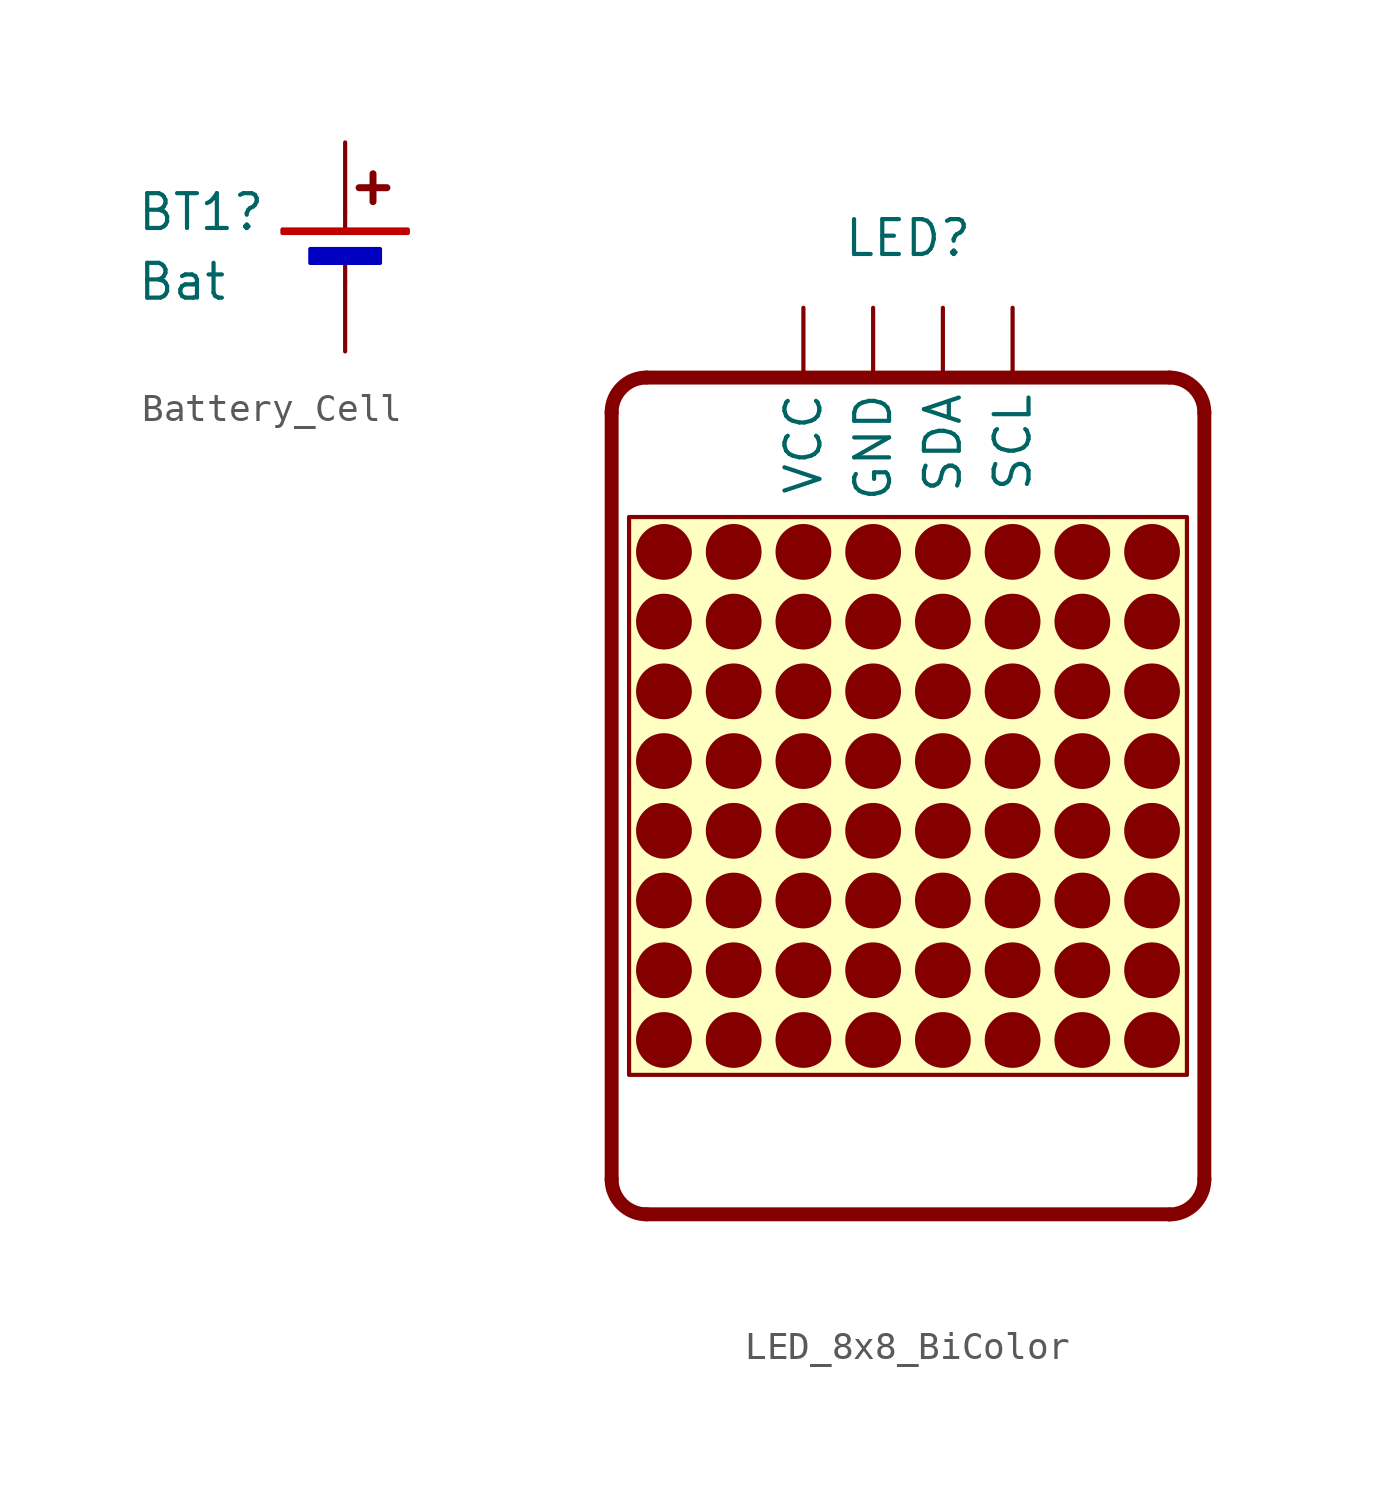
<source format=kicad_sym>
(kicad_symbol_lib
  (version 20220914)
  (generator kicad_symbol_editor)
  (symbol "Battery_Cell"
    (pin_numbers hide)
    (pin_names
      (offset 0) hide)
    (property "Reference" "BT1"
      (at -7.62 2.54 0)
      (effects (font (size 1.27 1.27)) (justify left)))
    (property "Value" "Bat"
      (at -7.62 0 0)
      (effects (font (size 1.27 1.27)) (justify left)))
    (symbol "Battery_Cell_0_1"
      (polyline (pts (xy 0 0.762) (xy 0 0)) (stroke (width 0) (type default)) (fill (type none)))
      (polyline (pts (xy 0 1.778) (xy 0 2.54)) (stroke (width 0) (type default)) (fill (type none)))
      (polyline (pts (xy 0.508 3.429) (xy 1.524 3.429)) (stroke (width 0.254) (type default)) (fill (type none)))
      (polyline (pts (xy 1.016 3.937) (xy 1.016 2.921)) (stroke (width 0.254) (type default)) (fill (type none))))
    (symbol "Battery_Cell_1_1"
      (rectangle (start -2.286 1.905) (end 2.286 1.778) (stroke (width 0) (type default) (color 192 0 0 1)) (fill (type outline)))
      (rectangle (start -1.27 1.194) (end 1.27 0.686) (stroke (width 0) (type default) (color 0 0 192 1)) (fill (type outline)))
      (pin passive line (at 0 5.08 270) (length 2.54) (name "+" (effects (font (size 1.27 1.27)))) (number "1" (effects (font (size 1.27 1.27)))))
      (pin passive line (at 0 -2.54 90) (length 2.54) (name "-" (effects (font (size 1.27 1.27)))) (number "2" (effects (font (size 1.27 1.27)))))))
  (symbol "LED_8x8_BiColor"
    (pin_numbers hide)
    (property "Reference" "LED"
      (at 0 5.08 0)
      (effects (font (size 1.27 1.27))))
    (property "Value" ""
      (at 0 0 0)
      (effects (font (size 1.27 1.27))))
    (symbol "LED_8x8_BiColor_1_1"
      (arc (start -10.795 -29.21) (mid -10.423 -30.108) (end -9.525 -30.48) (stroke (width 0.508) (type default)) (fill (type none)))
      (rectangle (start -10.16 -5.08) (end 10.16 -25.4) (stroke (width 0) (type default)) (fill (type background)))
      (arc (start -9.525 0) (mid -10.423 -0.372) (end -10.795 -1.27) (stroke (width 0.508) (type default)) (fill (type none)))
      (circle (center -8.89 -24.13) (radius 0.635) (stroke (width 0.762) (type default)) (fill (type outline)))
      (circle (center -8.89 -21.59) (radius 0.635) (stroke (width 0.762) (type default)) (fill (type outline)))
      (circle (center -8.89 -19.05) (radius 0.635) (stroke (width 0.762) (type default)) (fill (type outline)))
      (circle (center -8.89 -16.51) (radius 0.635) (stroke (width 0.762) (type default)) (fill (type outline)))
      (circle (center -8.89 -13.97) (radius 0.635) (stroke (width 0.762) (type default)) (fill (type outline)))
      (circle (center -8.89 -11.43) (radius 0.635) (stroke (width 0.762) (type default)) (fill (type outline)))
      (circle (center -8.89 -8.89) (radius 0.635) (stroke (width 0.762) (type default)) (fill (type outline)))
      (circle (center -8.89 -6.35) (radius 0.635) (stroke (width 0.762) (type default)) (fill (type outline)))
      (circle (center -6.35 -24.13) (radius 0.635) (stroke (width 0.762) (type default)) (fill (type outline)))
      (circle (center -6.35 -21.59) (radius 0.635) (stroke (width 0.762) (type default)) (fill (type outline)))
      (circle (center -6.35 -19.05) (radius 0.635) (stroke (width 0.762) (type default)) (fill (type outline)))
      (circle (center -6.35 -16.51) (radius 0.635) (stroke (width 0.762) (type default)) (fill (type outline)))
      (circle (center -6.35 -13.97) (radius 0.635) (stroke (width 0.762) (type default)) (fill (type outline)))
      (circle (center -6.35 -11.43) (radius 0.635) (stroke (width 0.762) (type default)) (fill (type outline)))
      (circle (center -6.35 -8.89) (radius 0.635) (stroke (width 0.762) (type default)) (fill (type outline)))
      (circle (center -6.35 -6.35) (radius 0.635) (stroke (width 0.762) (type default)) (fill (type outline)))
      (circle (center -3.81 -24.13) (radius 0.635) (stroke (width 0.762) (type default)) (fill (type outline)))
      (circle (center -3.81 -21.59) (radius 0.635) (stroke (width 0.762) (type default)) (fill (type outline)))
      (circle (center -3.81 -19.05) (radius 0.635) (stroke (width 0.762) (type default)) (fill (type outline)))
      (circle (center -3.81 -16.51) (radius 0.635) (stroke (width 0.762) (type default)) (fill (type outline)))
      (circle (center -3.81 -13.97) (radius 0.635) (stroke (width 0.762) (type default)) (fill (type outline)))
      (circle (center -3.81 -11.43) (radius 0.635) (stroke (width 0.762) (type default)) (fill (type outline)))
      (circle (center -3.81 -8.89) (radius 0.635) (stroke (width 0.762) (type default)) (fill (type outline)))
      (circle (center -3.81 -6.35) (radius 0.635) (stroke (width 0.762) (type default)) (fill (type outline)))
      (circle (center -1.27 -24.13) (radius 0.635) (stroke (width 0.762) (type default)) (fill (type outline)))
      (circle (center -1.27 -21.59) (radius 0.635) (stroke (width 0.762) (type default)) (fill (type outline)))
      (circle (center -1.27 -19.05) (radius 0.635) (stroke (width 0.762) (type default)) (fill (type outline)))
      (circle (center -1.27 -16.51) (radius 0.635) (stroke (width 0.762) (type default)) (fill (type outline)))
      (circle (center -1.27 -13.97) (radius 0.635) (stroke (width 0.762) (type default)) (fill (type outline)))
      (circle (center -1.27 -11.43) (radius 0.635) (stroke (width 0.762) (type default)) (fill (type outline)))
      (circle (center -1.27 -8.89) (radius 0.635) (stroke (width 0.762) (type default)) (fill (type outline)))
      (circle (center -1.27 -6.35) (radius 0.635) (stroke (width 0.762) (type default)) (fill (type outline)))
      (polyline (pts (xy -10.795 -1.27) (xy -10.795 -29.21)) (stroke (width 0.508) (type default)) (fill (type none)))
      (polyline (pts (xy -9.525 -30.48) (xy 9.525 -30.48)) (stroke (width 0.508) (type default)) (fill (type background)))
      (polyline (pts (xy 9.525 0) (xy -9.525 0)) (stroke (width 0.508) (type default)) (fill (type none)))
      (polyline (pts (xy 10.795 -29.21) (xy 10.795 -1.27)) (stroke (width 0.508) (type default)) (fill (type none)))
      (circle (center 1.27 -24.13) (radius 0.635) (stroke (width 0.762) (type default)) (fill (type outline)))
      (circle (center 1.27 -21.59) (radius 0.635) (stroke (width 0.762) (type default)) (fill (type outline)))
      (circle (center 1.27 -19.05) (radius 0.635) (stroke (width 0.762) (type default)) (fill (type outline)))
      (circle (center 1.27 -16.51) (radius 0.635) (stroke (width 0.762) (type default)) (fill (type outline)))
      (circle (center 1.27 -13.97) (radius 0.635) (stroke (width 0.762) (type default)) (fill (type outline)))
      (circle (center 1.27 -11.43) (radius 0.635) (stroke (width 0.762) (type default)) (fill (type outline)))
      (circle (center 1.27 -8.89) (radius 0.635) (stroke (width 0.762) (type default)) (fill (type outline)))
      (circle (center 1.27 -6.35) (radius 0.635) (stroke (width 0.762) (type default)) (fill (type outline)))
      (circle (center 3.81 -24.13) (radius 0.635) (stroke (width 0.762) (type default)) (fill (type outline)))
      (circle (center 3.81 -21.59) (radius 0.635) (stroke (width 0.762) (type default)) (fill (type outline)))
      (circle (center 3.81 -19.05) (radius 0.635) (stroke (width 0.762) (type default)) (fill (type outline)))
      (circle (center 3.81 -16.51) (radius 0.635) (stroke (width 0.762) (type default)) (fill (type outline)))
      (circle (center 3.81 -13.97) (radius 0.635) (stroke (width 0.762) (type default)) (fill (type outline)))
      (circle (center 3.81 -11.43) (radius 0.635) (stroke (width 0.762) (type default)) (fill (type outline)))
      (circle (center 3.81 -8.89) (radius 0.635) (stroke (width 0.762) (type default)) (fill (type outline)))
      (circle (center 3.81 -6.35) (radius 0.635) (stroke (width 0.762) (type default)) (fill (type outline)))
      (circle (center 6.35 -24.13) (radius 0.635) (stroke (width 0.762) (type default)) (fill (type outline)))
      (circle (center 6.35 -21.59) (radius 0.635) (stroke (width 0.762) (type default)) (fill (type outline)))
      (circle (center 6.35 -19.05) (radius 0.635) (stroke (width 0.762) (type default)) (fill (type outline)))
      (circle (center 6.35 -16.51) (radius 0.635) (stroke (width 0.762) (type default)) (fill (type outline)))
      (circle (center 6.35 -13.97) (radius 0.635) (stroke (width 0.762) (type default)) (fill (type outline)))
      (circle (center 6.35 -11.43) (radius 0.635) (stroke (width 0.762) (type default)) (fill (type outline)))
      (circle (center 6.35 -8.89) (radius 0.635) (stroke (width 0.762) (type default)) (fill (type outline)))
      (circle (center 6.35 -6.35) (radius 0.635) (stroke (width 0.762) (type default)) (fill (type outline)))
      (circle (center 8.89 -24.13) (radius 0.635) (stroke (width 0.762) (type default)) (fill (type outline)))
      (circle (center 8.89 -21.59) (radius 0.635) (stroke (width 0.762) (type default)) (fill (type outline)))
      (circle (center 8.89 -19.05) (radius 0.635) (stroke (width 0.762) (type default)) (fill (type outline)))
      (circle (center 8.89 -16.51) (radius 0.635) (stroke (width 0.762) (type default)) (fill (type outline)))
      (circle (center 8.89 -13.97) (radius 0.635) (stroke (width 0.762) (type default)) (fill (type outline)))
      (circle (center 8.89 -11.43) (radius 0.635) (stroke (width 0.762) (type default)) (fill (type outline)))
      (circle (center 8.89 -8.89) (radius 0.635) (stroke (width 0.762) (type default)) (fill (type outline)))
      (circle (center 8.89 -6.35) (radius 0.635) (stroke (width 0.762) (type default)) (fill (type outline)))
      (arc (start 9.525 -30.48) (mid 10.423 -30.108) (end 10.795 -29.21) (stroke (width 0.508) (type default)) (fill (type none)))
      (arc (start 10.795 -1.27) (mid 10.423 -0.372) (end 9.525 0) (stroke (width 0.508) (type default)) (fill (type none)))
      (pin passive line (at -1.27 2.54 270) (length 2.54) (name "GND" (effects (font (size 1.27 1.27)))) (number "GND" (effects (font (size 1.27 1.27)))))
      (pin passive line (at 3.81 2.54 270) (length 2.54) (name "SCL" (effects (font (size 1.27 1.27)))) (number "SCL" (effects (font (size 1.27 1.27)))))
      (pin passive line (at 1.27 2.54 270) (length 2.54) (name "SDA" (effects (font (size 1.27 1.27)))) (number "SDA" (effects (font (size 1.27 1.27)))))
      (pin passive line (at -3.81 2.54 270) (length 2.54) (name "VCC" (effects (font (size 1.27 1.27)))) (number "VCC" (effects (font (size 1.27 1.27))))))))
</source>
